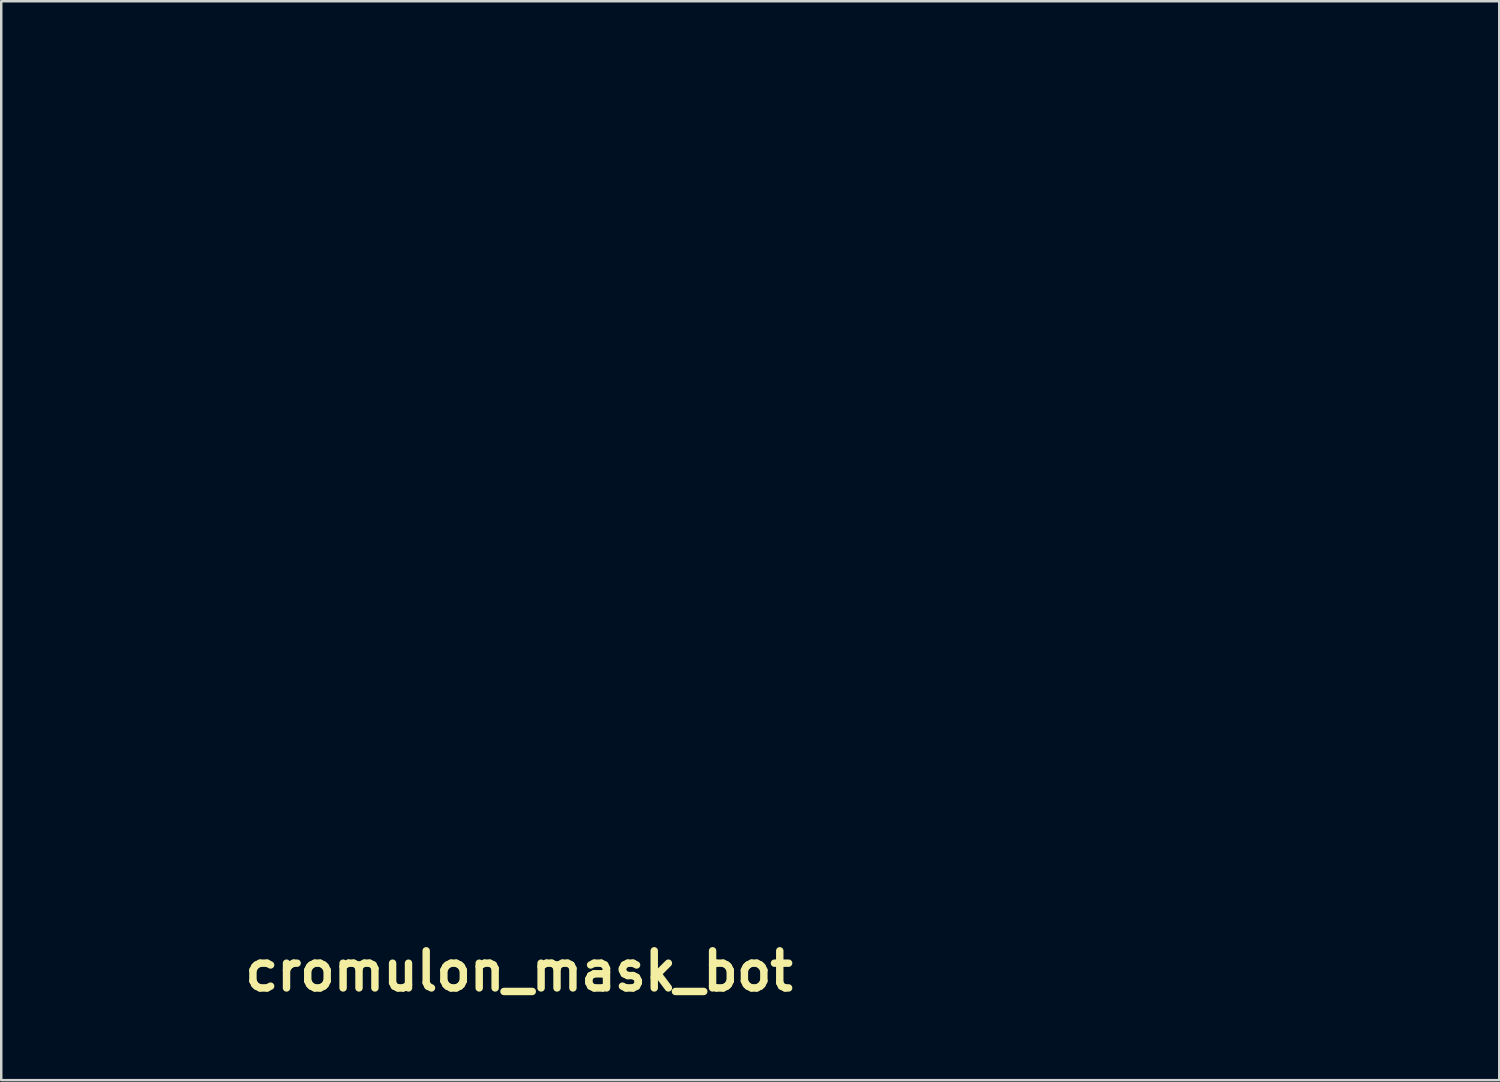
<source format=kicad_pcb>
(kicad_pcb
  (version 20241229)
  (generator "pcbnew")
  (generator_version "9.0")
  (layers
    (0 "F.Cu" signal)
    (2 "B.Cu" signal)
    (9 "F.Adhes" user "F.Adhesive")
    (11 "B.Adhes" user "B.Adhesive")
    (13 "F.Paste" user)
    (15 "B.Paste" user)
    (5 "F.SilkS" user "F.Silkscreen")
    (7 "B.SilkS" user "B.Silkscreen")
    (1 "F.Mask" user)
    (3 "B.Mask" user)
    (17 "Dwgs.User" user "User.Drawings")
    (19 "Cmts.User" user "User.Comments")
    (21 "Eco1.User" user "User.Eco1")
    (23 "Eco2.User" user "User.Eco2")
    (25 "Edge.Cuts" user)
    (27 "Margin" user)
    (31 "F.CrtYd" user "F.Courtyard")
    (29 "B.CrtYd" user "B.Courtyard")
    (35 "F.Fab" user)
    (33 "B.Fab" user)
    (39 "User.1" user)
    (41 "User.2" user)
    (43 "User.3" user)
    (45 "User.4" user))
  (footprint "cromulon_mask_bot"
    (layer "F.Cu")
    (at 17.919 36.187)
    (property "Reference" "cromulon_mask_bot" (at 0 0 0) (layer "F.SilkS") (effects (font (size 1.5 1.5) (thickness 0.3))))
    (attr board_only exclude_from_pos_files exclude_from_bom)
    (fp_poly (pts (xy 27.71 -35.58) (xy 28.547 -35.469) (xy 29.353 -35.285) (xy 30.129 -35.028) (xy 30.872 -34.701) (xy 31.582 -34.302) (xy 32.256 -33.833) (xy 32.894 -33.294) (xy 33.012 -33.182) (xy 33.636 -32.533) (xy 34.192 -31.848) (xy 34.681 -31.124) (xy 35.106 -30.358) (xy 35.469 -29.546) (xy 35.772 -28.685) (xy 35.971 -27.96) (xy 36.071 -27.526) (xy 36.159 -27.08) (xy 36.239 -26.613) (xy 36.31 -26.117) (xy 36.373 -25.584) (xy 36.43 -25.004) (xy 36.481 -24.37) (xy 36.528 -23.674) (xy 36.569 -22.939) (xy 36.586 -22.619) (xy 36.597 -22.366) (xy 36.603 -22.164) (xy 36.604 -22.002) (xy 36.6 -21.866) (xy 36.59 -21.743) (xy 36.575 -21.619) (xy 36.553 -21.481) (xy 36.551 -21.471) (xy 36.521 -21.286) (xy 36.482 -21.046) (xy 36.437 -20.773) (xy 36.391 -20.488) (xy 36.353 -20.26) (xy 36.211 -19.457) (xy 36.058 -18.725) (xy 35.89 -18.057) (xy 35.706 -17.447) (xy 35.501 -16.887) (xy 35.275 -16.369) (xy 35.023 -15.887) (xy 34.744 -15.433) (xy 34.434 -15.001) (xy 34.303 -14.835) (xy 33.814 -14.292) (xy 33.269 -13.803) (xy 32.667 -13.368) (xy 32.008 -12.986) (xy 31.291 -12.657) (xy 30.515 -12.381) (xy 29.68 -12.158) (xy 29.456 -12.109) (xy 29.046 -12.029) (xy 28.621 -11.961) (xy 28.171 -11.902) (xy 27.687 -11.852) (xy 27.159 -11.81) (xy 26.577 -11.775) (xy 25.932 -11.746) (xy 25.46 -11.73) (xy 24.947 -11.714) (xy 24.507 -11.701) (xy 24.131 -11.69) (xy 23.813 -11.682) (xy 23.544 -11.677) (xy 23.319 -11.674) (xy 23.128 -11.673) (xy 22.966 -11.675) (xy 22.824 -11.678) (xy 22.695 -11.683) (xy 22.582 -11.69) (xy 21.883 -11.775) (xy 21.203 -11.936) (xy 20.545 -12.173) (xy 19.909 -12.483) (xy 19.299 -12.865) (xy 18.717 -13.319) (xy 18.164 -13.843) (xy 17.643 -14.436) (xy 17.38 -14.779) (xy 16.694 -15.771) (xy 16.078 -16.782) (xy 15.535 -17.809) (xy 15.066 -18.847) (xy 14.672 -19.895) (xy 14.354 -20.949) (xy 14.114 -22.005) (xy 14.074 -22.225) (xy 14.011 -22.603) (xy 13.962 -22.947) (xy 13.926 -23.275) (xy 13.899 -23.607) (xy 13.883 -23.962) (xy 13.874 -24.357) (xy 13.871 -24.813) (xy 13.871 -24.825) (xy 13.871 -25.16) (xy 13.874 -25.428) (xy 13.878 -25.644) (xy 13.886 -25.819) (xy 13.898 -25.968) (xy 13.915 -26.102) (xy 13.937 -26.236) (xy 13.962 -26.365) (xy 14.093 -26.908) (xy 14.263 -27.425) (xy 14.478 -27.927) (xy 14.743 -28.425) (xy 15.065 -28.931) (xy 15.448 -29.455) (xy 15.696 -29.766) (xy 16.463 -30.657) (xy 17.242 -31.471) (xy 18.035 -32.208) (xy 18.845 -32.87) (xy 19.672 -33.458) (xy 20.52 -33.973) (xy 21.389 -34.417) (xy 22.283 -34.789) (xy 23.204 -35.093) (xy 24.152 -35.328) (xy 25.132 -35.496) (xy 25.956 -35.584) (xy 26.846 -35.619)) (stroke (width 0) (type solid)) (fill yes) (layer "B.Mask"))
    (fp_poly (pts (xy -7.617 -36.182) (xy -7.356 -36.171) (xy -7.079 -36.153) (xy -6.801 -36.131) (xy -6.539 -36.104) (xy -6.33 -36.076) (xy -5.848 -35.995) (xy -5.354 -35.891) (xy -4.836 -35.761) (xy -4.282 -35.601) (xy -3.679 -35.408) (xy -3.195 -35.242) (xy -2.921 -35.147) (xy -2.598 -35.034) (xy -2.25 -34.912) (xy -1.903 -34.791) (xy -1.581 -34.679) (xy -1.528 -34.661) (xy -1.244 -34.56) (xy -0.958 -34.456) (xy -0.687 -34.355) (xy -0.449 -34.264) (xy -0.261 -34.189) (xy -0.201 -34.163) (xy 0.49 -33.83) (xy 1.161 -33.437) (xy 1.815 -32.981) (xy 2.454 -32.461) (xy 3.082 -31.873) (xy 3.7 -31.215) (xy 4.311 -30.485) (xy 4.918 -29.681) (xy 5.475 -28.874) (xy 5.736 -28.468) (xy 5.95 -28.104) (xy 6.127 -27.764) (xy 6.273 -27.431) (xy 6.397 -27.089) (xy 6.506 -26.72) (xy 6.548 -26.559) (xy 6.641 -26.14) (xy 6.71 -25.715) (xy 6.754 -25.268) (xy 6.776 -24.783) (xy 6.777 -24.242) (xy 6.773 -24.051) (xy 6.709 -22.871) (xy 6.577 -21.73) (xy 6.376 -20.629) (xy 6.108 -19.568) (xy 5.772 -18.547) (xy 5.369 -17.568) (xy 4.898 -16.631) (xy 4.361 -15.736) (xy 3.758 -14.883) (xy 3.088 -14.074) (xy 2.352 -13.308) (xy 1.55 -12.587) (xy 0.683 -11.91) (xy 0.298 -11.638) (xy -0.197 -11.325) (xy -0.68 -11.076) (xy -1.17 -10.884) (xy -1.688 -10.742) (xy -2.252 -10.642) (xy -2.442 -10.618) (xy -2.591 -10.607) (xy -2.806 -10.597) (xy -3.074 -10.59) (xy -3.38 -10.586) (xy -3.713 -10.584) (xy -4.057 -10.584) (xy -4.4 -10.586) (xy -4.729 -10.591) (xy -5.03 -10.598) (xy -5.29 -10.608) (xy -5.495 -10.619) (xy -5.517 -10.621) (xy -6.196 -10.688) (xy -6.945 -10.788) (xy -7.758 -10.919) (xy -8.632 -11.081) (xy -9.565 -11.273) (xy -10.358 -11.45) (xy -11.226 -11.684) (xy -12.037 -11.973) (xy -12.793 -12.319) (xy -13.494 -12.722) (xy -14.14 -13.182) (xy -14.734 -13.701) (xy -15.274 -14.28) (xy -15.764 -14.918) (xy -16.203 -15.617) (xy -16.591 -16.377) (xy -16.918 -17.165) (xy -17.091 -17.673) (xy -17.256 -18.247) (xy -17.411 -18.872) (xy -17.553 -19.535) (xy -17.678 -20.221) (xy -17.784 -20.917) (xy -17.867 -21.61) (xy -17.867 -21.61) (xy -17.883 -21.813) (xy -17.896 -22.082) (xy -17.906 -22.405) (xy -17.913 -22.769) (xy -17.918 -23.161) (xy -17.919 -23.568) (xy -17.918 -23.978) (xy -17.914 -24.377) (xy -17.907 -24.753) (xy -17.897 -25.092) (xy -17.884 -25.383) (xy -17.869 -25.612) (xy -17.866 -25.638) (xy -17.822 -26.074) (xy -17.77 -26.518) (xy -17.715 -26.95) (xy -17.657 -27.35) (xy -17.6 -27.699) (xy -17.579 -27.815) (xy -17.395 -28.585) (xy -17.136 -29.339) (xy -16.807 -30.07) (xy -16.412 -30.769) (xy -15.955 -31.43) (xy -15.442 -32.044) (xy -14.875 -32.603) (xy -14.863 -32.614) (xy -14.451 -32.961) (xy -13.975 -33.327) (xy -13.446 -33.704) (xy -12.874 -34.085) (xy -12.27 -34.463) (xy -11.646 -34.832) (xy -11.012 -35.184) (xy -10.458 -35.472) (xy -10.095 -35.646) (xy -9.769 -35.783) (xy -9.451 -35.891) (xy -9.114 -35.98) (xy -8.751 -36.056) (xy -8.554 -36.094) (xy -8.369 -36.129) (xy -8.218 -36.158) (xy -8.146 -36.172) (xy -8.028 -36.184) (xy -7.846 -36.187)) (stroke (width 0) (type solid)) (fill yes) (layer "B.Mask")))
  (gr_rect
    (start -3 -3)
    (end 57.524 40.591)
    (stroke (width 0.1) (type default))
    (fill no)
    (layer "Edge.Cuts")))
</source>
